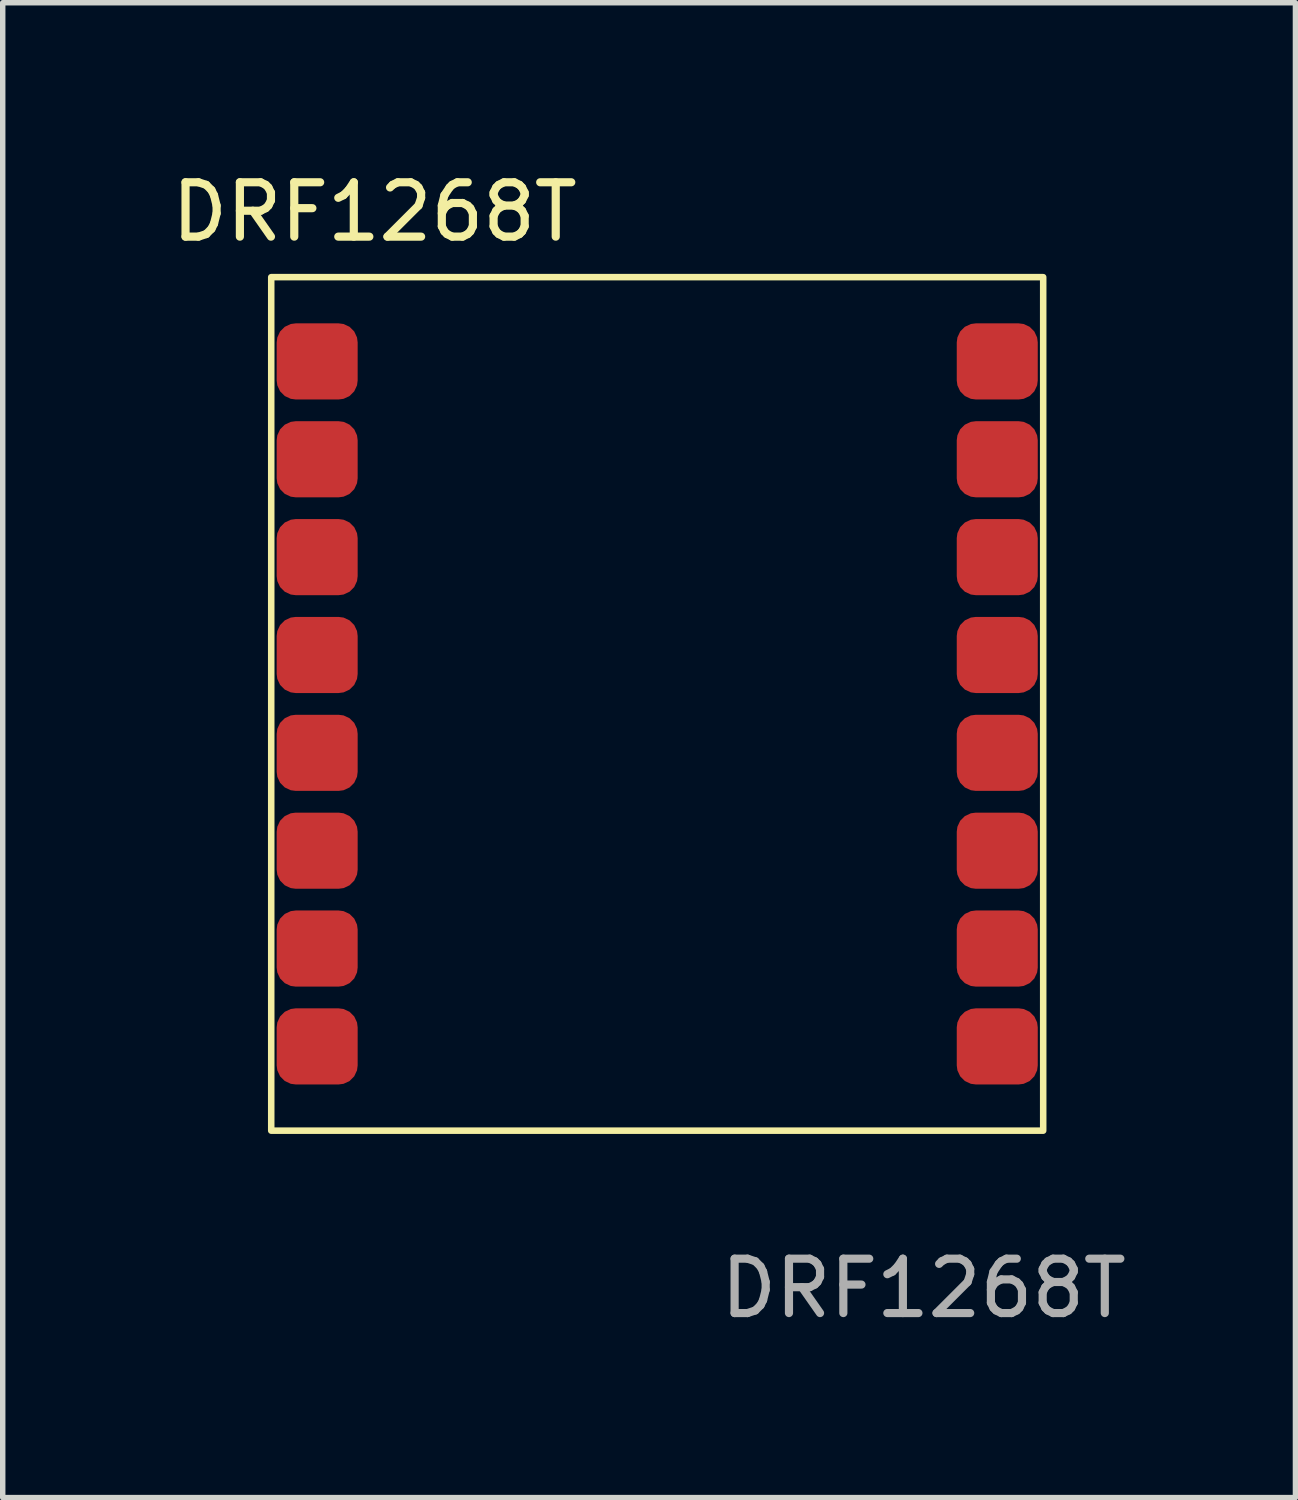
<source format=kicad_pcb>
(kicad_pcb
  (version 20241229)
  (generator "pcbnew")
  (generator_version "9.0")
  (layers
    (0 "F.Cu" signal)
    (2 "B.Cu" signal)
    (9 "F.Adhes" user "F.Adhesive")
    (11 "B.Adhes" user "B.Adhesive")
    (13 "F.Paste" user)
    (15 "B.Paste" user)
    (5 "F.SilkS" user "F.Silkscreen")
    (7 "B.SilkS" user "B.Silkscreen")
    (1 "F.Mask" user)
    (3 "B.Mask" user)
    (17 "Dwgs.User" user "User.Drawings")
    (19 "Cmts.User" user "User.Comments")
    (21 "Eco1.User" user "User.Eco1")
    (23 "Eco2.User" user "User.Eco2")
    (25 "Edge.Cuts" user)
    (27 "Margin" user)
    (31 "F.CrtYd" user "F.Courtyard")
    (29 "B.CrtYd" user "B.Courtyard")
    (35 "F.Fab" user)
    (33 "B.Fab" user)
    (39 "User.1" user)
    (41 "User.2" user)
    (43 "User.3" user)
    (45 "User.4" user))
  (footprint "DRF1268T"
    (layer "F.Cu")
    (at 2.039 17.748)
    (property "Reference" "DRF1268T" (at 1.8 -16.9 0) (unlocked yes) (layer "F.SilkS") (effects (font (size 1 1) (thickness 0.15))))
    (attr smd)
    (fp_rect (start -0.1 0) (end 14.1 -15.7) (stroke (width 0.12) (type solid)) (fill no) (layer "F.SilkS"))
    (fp_text user "${REFERENCE}" (at 11.9 2.9 0) (unlocked yes) (layer "F.Fab") (effects (font (size 1 1) (thickness 0.15))))
    (pad "1" smd roundrect (at 0.745 -14.15) (size 1.49 1.4) (layers "F.Cu" "F.Mask" "F.Paste") (roundrect_rratio 0.25))
    (pad "2" smd roundrect (at 0.745 -12.35) (size 1.49 1.4) (layers "F.Cu" "F.Mask" "F.Paste") (roundrect_rratio 0.25))
    (pad "3" smd roundrect (at 0.745 -10.55) (size 1.49 1.4) (layers "F.Cu" "F.Mask" "F.Paste") (roundrect_rratio 0.25))
    (pad "4" smd roundrect (at 0.745 -8.75) (size 1.49 1.4) (layers "F.Cu" "F.Mask" "F.Paste") (roundrect_rratio 0.25))
    (pad "5" smd roundrect (at 0.745 -6.95) (size 1.49 1.4) (layers "F.Cu" "F.Mask" "F.Paste") (roundrect_rratio 0.25))
    (pad "6" smd roundrect (at 0.745 -5.15) (size 1.49 1.4) (layers "F.Cu" "F.Mask" "F.Paste") (roundrect_rratio 0.25))
    (pad "7" smd roundrect (at 0.745 -3.35) (size 1.49 1.4) (layers "F.Cu" "F.Mask" "F.Paste") (roundrect_rratio 0.25))
    (pad "8" smd roundrect (at 0.745 -1.55) (size 1.49 1.4) (layers "F.Cu" "F.Mask" "F.Paste") (roundrect_rratio 0.25))
    (pad "9" smd roundrect (at 13.255 -1.55) (size 1.49 1.4) (layers "F.Cu" "F.Mask" "F.Paste") (roundrect_rratio 0.25))
    (pad "10" smd roundrect (at 13.255 -3.35) (size 1.49 1.4) (layers "F.Cu" "F.Mask" "F.Paste") (roundrect_rratio 0.25))
    (pad "11" smd roundrect (at 13.255 -5.15) (size 1.49 1.4) (layers "F.Cu" "F.Mask" "F.Paste") (roundrect_rratio 0.25))
    (pad "12" smd roundrect (at 13.255 -6.95) (size 1.49 1.4) (layers "F.Cu" "F.Mask" "F.Paste") (roundrect_rratio 0.25))
    (pad "13" smd roundrect (at 13.255 -8.75) (size 1.49 1.4) (layers "F.Cu" "F.Mask" "F.Paste") (roundrect_rratio 0.25))
    (pad "14" smd roundrect (at 13.255 -10.55) (size 1.49 1.4) (layers "F.Cu" "F.Mask" "F.Paste") (roundrect_rratio 0.25))
    (pad "15" smd roundrect (at 13.255 -12.35) (size 1.49 1.4) (layers "F.Cu" "F.Mask" "F.Paste") (roundrect_rratio 0.25))
    (pad "16" smd roundrect (at 13.255 -14.15) (size 1.49 1.4) (layers "F.Cu" "F.Mask" "F.Paste") (roundrect_rratio 0.25)))
  (gr_rect
    (start -3 -3)
    (end 20.779 24.497)
    (stroke (width 0.1) (type default))
    (fill no)
    (layer "Edge.Cuts")))
</source>
